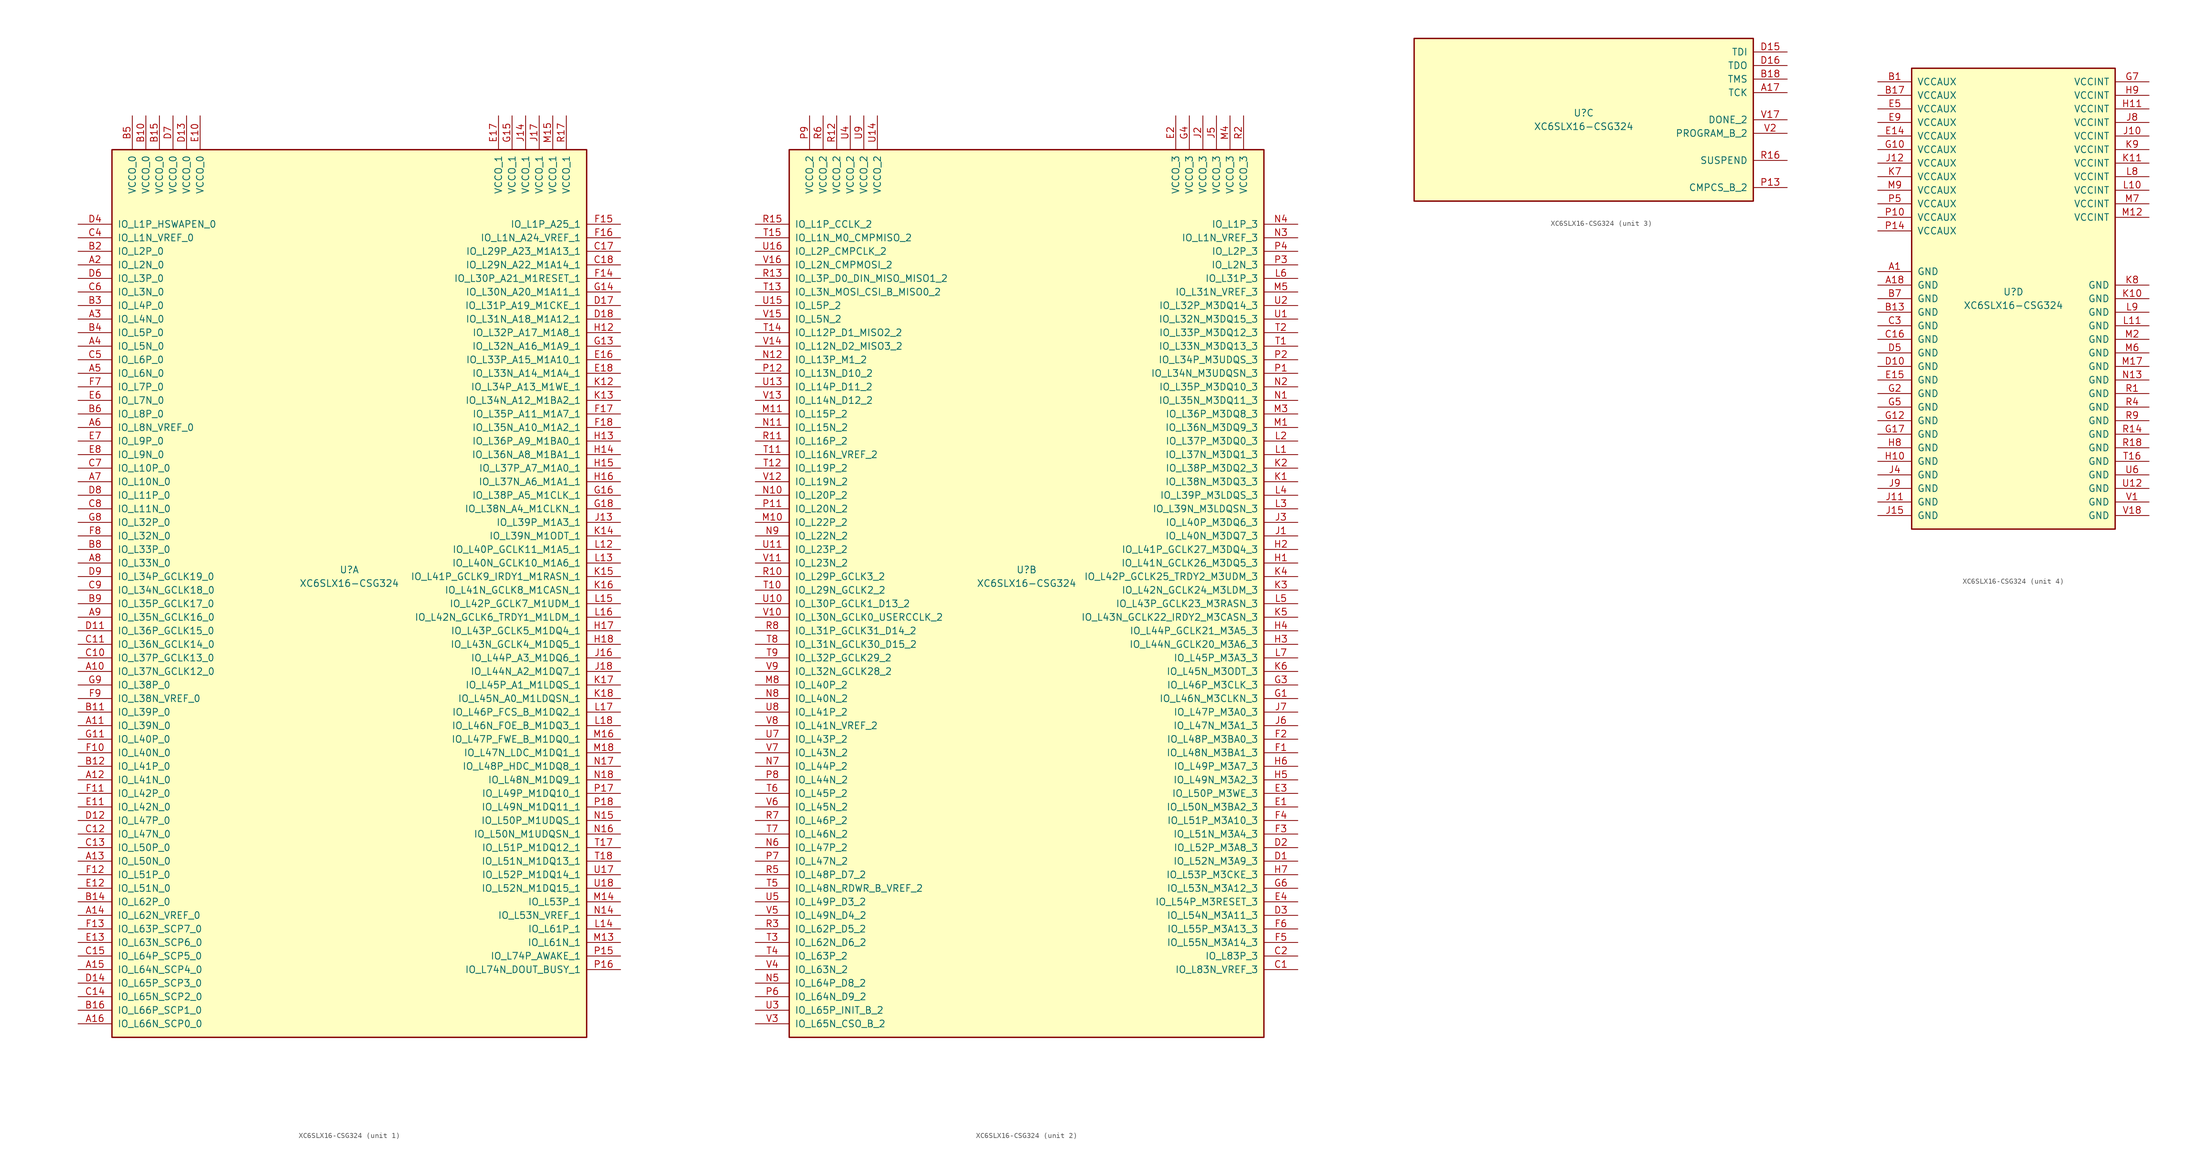
<source format=kicad_sym>
(kicad_symbol_lib
  (version 20201005)
  (generator kicad_symbol_editor)
  (symbol "XC6SLX16-CSG324"
    (pin_names
      (offset 1.016))
    (property "Reference" "U"
      (at 0 1.27 0)
      (effects (font (size 1.27 1.27))))
    (property "Value" "XC6SLX16-CSG324"
      (at 0 -1.27 0)
      (effects (font (size 1.27 1.27))))
    (property "Datasheet" ""
      (at 0 0 0)
      (effects (font (size 1.27 1.27))))
    (property "ki_locked" ""
      (at 0 0 0)
      (effects (font (size 1.27 1.27))))
    (symbol "XC6SLX16-CSG324_1_1"
      (rectangle (start -44.45 80.01) (end 44.45 -86.36) (stroke (width 0.254)) (fill (type background)))
      (pin power_in line (at -40.64 86.36 270) (length 6.35) (name "VCCO_0" (effects (font (size 1.27 1.27)))) (number "B5" (effects (font (size 1.27 1.27)))))
      (pin power_in line (at -38.1 86.36 270) (length 6.35) (name "VCCO_0" (effects (font (size 1.27 1.27)))) (number "B10" (effects (font (size 1.27 1.27)))))
      (pin power_in line (at -35.56 86.36 270) (length 6.35) (name "VCCO_0" (effects (font (size 1.27 1.27)))) (number "B15" (effects (font (size 1.27 1.27)))))
      (pin power_in line (at -33.02 86.36 270) (length 6.35) (name "VCCO_0" (effects (font (size 1.27 1.27)))) (number "D7" (effects (font (size 1.27 1.27)))))
      (pin power_in line (at -30.48 86.36 270) (length 6.35) (name "VCCO_0" (effects (font (size 1.27 1.27)))) (number "D13" (effects (font (size 1.27 1.27)))))
      (pin power_in line (at -27.94 86.36 270) (length 6.35) (name "VCCO_0" (effects (font (size 1.27 1.27)))) (number "E10" (effects (font (size 1.27 1.27)))))
      (pin bidirectional line (at -50.8 66.04 0) (length 6.35) (name "IO_L1P_HSWAPEN_0" (effects (font (size 1.27 1.27)))) (number "D4" (effects (font (size 1.27 1.27)))))
      (pin bidirectional line (at -50.8 63.5 0) (length 6.35) (name "IO_L1N_VREF_0" (effects (font (size 1.27 1.27)))) (number "C4" (effects (font (size 1.27 1.27)))))
      (pin bidirectional line (at -50.8 60.96 0) (length 6.35) (name "IO_L2P_0" (effects (font (size 1.27 1.27)))) (number "B2" (effects (font (size 1.27 1.27)))))
      (pin bidirectional line (at -50.8 58.42 0) (length 6.35) (name "IO_L2N_0" (effects (font (size 1.27 1.27)))) (number "A2" (effects (font (size 1.27 1.27)))))
      (pin bidirectional line (at -50.8 55.88 0) (length 6.35) (name "IO_L3P_0" (effects (font (size 1.27 1.27)))) (number "D6" (effects (font (size 1.27 1.27)))))
      (pin bidirectional line (at -50.8 53.34 0) (length 6.35) (name "IO_L3N_0" (effects (font (size 1.27 1.27)))) (number "C6" (effects (font (size 1.27 1.27)))))
      (pin bidirectional line (at -50.8 50.8 0) (length 6.35) (name "IO_L4P_0" (effects (font (size 1.27 1.27)))) (number "B3" (effects (font (size 1.27 1.27)))))
      (pin bidirectional line (at -50.8 48.26 0) (length 6.35) (name "IO_L4N_0" (effects (font (size 1.27 1.27)))) (number "A3" (effects (font (size 1.27 1.27)))))
      (pin bidirectional line (at -50.8 45.72 0) (length 6.35) (name "IO_L5P_0" (effects (font (size 1.27 1.27)))) (number "B4" (effects (font (size 1.27 1.27)))))
      (pin bidirectional line (at -50.8 43.18 0) (length 6.35) (name "IO_L5N_0" (effects (font (size 1.27 1.27)))) (number "A4" (effects (font (size 1.27 1.27)))))
      (pin bidirectional line (at -50.8 40.64 0) (length 6.35) (name "IO_L6P_0" (effects (font (size 1.27 1.27)))) (number "C5" (effects (font (size 1.27 1.27)))))
      (pin bidirectional line (at -50.8 38.1 0) (length 6.35) (name "IO_L6N_0" (effects (font (size 1.27 1.27)))) (number "A5" (effects (font (size 1.27 1.27)))))
      (pin bidirectional line (at -50.8 35.56 0) (length 6.35) (name "IO_L7P_0" (effects (font (size 1.27 1.27)))) (number "F7" (effects (font (size 1.27 1.27)))))
      (pin bidirectional line (at -50.8 33.02 0) (length 6.35) (name "IO_L7N_0" (effects (font (size 1.27 1.27)))) (number "E6" (effects (font (size 1.27 1.27)))))
      (pin bidirectional line (at -50.8 30.48 0) (length 6.35) (name "IO_L8P_0" (effects (font (size 1.27 1.27)))) (number "B6" (effects (font (size 1.27 1.27)))))
      (pin bidirectional line (at -50.8 27.94 0) (length 6.35) (name "IO_L8N_VREF_0" (effects (font (size 1.27 1.27)))) (number "A6" (effects (font (size 1.27 1.27)))))
      (pin bidirectional line (at -50.8 25.4 0) (length 6.35) (name "IO_L9P_0" (effects (font (size 1.27 1.27)))) (number "E7" (effects (font (size 1.27 1.27)))))
      (pin bidirectional line (at -50.8 22.86 0) (length 6.35) (name "IO_L9N_0" (effects (font (size 1.27 1.27)))) (number "E8" (effects (font (size 1.27 1.27)))))
      (pin bidirectional line (at -50.8 20.32 0) (length 6.35) (name "IO_L10P_0" (effects (font (size 1.27 1.27)))) (number "C7" (effects (font (size 1.27 1.27)))))
      (pin bidirectional line (at -50.8 17.78 0) (length 6.35) (name "IO_L10N_0" (effects (font (size 1.27 1.27)))) (number "A7" (effects (font (size 1.27 1.27)))))
      (pin bidirectional line (at -50.8 15.24 0) (length 6.35) (name "IO_L11P_0" (effects (font (size 1.27 1.27)))) (number "D8" (effects (font (size 1.27 1.27)))))
      (pin bidirectional line (at -50.8 12.7 0) (length 6.35) (name "IO_L11N_0" (effects (font (size 1.27 1.27)))) (number "C8" (effects (font (size 1.27 1.27)))))
      (pin bidirectional line (at -50.8 10.16 0) (length 6.35) (name "IO_L32P_0" (effects (font (size 1.27 1.27)))) (number "G8" (effects (font (size 1.27 1.27)))))
      (pin bidirectional line (at -50.8 7.62 0) (length 6.35) (name "IO_L32N_0" (effects (font (size 1.27 1.27)))) (number "F8" (effects (font (size 1.27 1.27)))))
      (pin bidirectional line (at -50.8 5.08 0) (length 6.35) (name "IO_L33P_0" (effects (font (size 1.27 1.27)))) (number "B8" (effects (font (size 1.27 1.27)))))
      (pin bidirectional line (at -50.8 2.54 0) (length 6.35) (name "IO_L33N_0" (effects (font (size 1.27 1.27)))) (number "A8" (effects (font (size 1.27 1.27)))))
      (pin bidirectional line (at -50.8 0 0) (length 6.35) (name "IO_L34P_GCLK19_0" (effects (font (size 1.27 1.27)))) (number "D9" (effects (font (size 1.27 1.27)))))
      (pin bidirectional line (at -50.8 -2.54 0) (length 6.35) (name "IO_L34N_GCLK18_0" (effects (font (size 1.27 1.27)))) (number "C9" (effects (font (size 1.27 1.27)))))
      (pin bidirectional line (at -50.8 -5.08 0) (length 6.35) (name "IO_L35P_GCLK17_0" (effects (font (size 1.27 1.27)))) (number "B9" (effects (font (size 1.27 1.27)))))
      (pin bidirectional line (at -50.8 -7.62 0) (length 6.35) (name "IO_L35N_GCLK16_0" (effects (font (size 1.27 1.27)))) (number "A9" (effects (font (size 1.27 1.27)))))
      (pin bidirectional line (at -50.8 -10.16 0) (length 6.35) (name "IO_L36P_GCLK15_0" (effects (font (size 1.27 1.27)))) (number "D11" (effects (font (size 1.27 1.27)))))
      (pin bidirectional line (at -50.8 -12.7 0) (length 6.35) (name "IO_L36N_GCLK14_0" (effects (font (size 1.27 1.27)))) (number "C11" (effects (font (size 1.27 1.27)))))
      (pin bidirectional line (at -50.8 -15.24 0) (length 6.35) (name "IO_L37P_GCLK13_0" (effects (font (size 1.27 1.27)))) (number "C10" (effects (font (size 1.27 1.27)))))
      (pin bidirectional line (at -50.8 -17.78 0) (length 6.35) (name "IO_L37N_GCLK12_0" (effects (font (size 1.27 1.27)))) (number "A10" (effects (font (size 1.27 1.27)))))
      (pin bidirectional line (at -50.8 -20.32 0) (length 6.35) (name "IO_L38P_0" (effects (font (size 1.27 1.27)))) (number "G9" (effects (font (size 1.27 1.27)))))
      (pin bidirectional line (at -50.8 -22.86 0) (length 6.35) (name "IO_L38N_VREF_0" (effects (font (size 1.27 1.27)))) (number "F9" (effects (font (size 1.27 1.27)))))
      (pin bidirectional line (at -50.8 -25.4 0) (length 6.35) (name "IO_L39P_0" (effects (font (size 1.27 1.27)))) (number "B11" (effects (font (size 1.27 1.27)))))
      (pin bidirectional line (at -50.8 -27.94 0) (length 6.35) (name "IO_L39N_0" (effects (font (size 1.27 1.27)))) (number "A11" (effects (font (size 1.27 1.27)))))
      (pin bidirectional line (at -50.8 -30.48 0) (length 6.35) (name "IO_L40P_0" (effects (font (size 1.27 1.27)))) (number "G11" (effects (font (size 1.27 1.27)))))
      (pin bidirectional line (at -50.8 -33.02 0) (length 6.35) (name "IO_L40N_0" (effects (font (size 1.27 1.27)))) (number "F10" (effects (font (size 1.27 1.27)))))
      (pin bidirectional line (at -50.8 -35.56 0) (length 6.35) (name "IO_L41P_0" (effects (font (size 1.27 1.27)))) (number "B12" (effects (font (size 1.27 1.27)))))
      (pin bidirectional line (at -50.8 -38.1 0) (length 6.35) (name "IO_L41N_0" (effects (font (size 1.27 1.27)))) (number "A12" (effects (font (size 1.27 1.27)))))
      (pin bidirectional line (at -50.8 -40.64 0) (length 6.35) (name "IO_L42P_0" (effects (font (size 1.27 1.27)))) (number "F11" (effects (font (size 1.27 1.27)))))
      (pin bidirectional line (at -50.8 -43.18 0) (length 6.35) (name "IO_L42N_0" (effects (font (size 1.27 1.27)))) (number "E11" (effects (font (size 1.27 1.27)))))
      (pin bidirectional line (at -50.8 -45.72 0) (length 6.35) (name "IO_L47P_0" (effects (font (size 1.27 1.27)))) (number "D12" (effects (font (size 1.27 1.27)))))
      (pin bidirectional line (at -50.8 -48.26 0) (length 6.35) (name "IO_L47N_0" (effects (font (size 1.27 1.27)))) (number "C12" (effects (font (size 1.27 1.27)))))
      (pin bidirectional line (at -50.8 -50.8 0) (length 6.35) (name "IO_L50P_0" (effects (font (size 1.27 1.27)))) (number "C13" (effects (font (size 1.27 1.27)))))
      (pin bidirectional line (at -50.8 -53.34 0) (length 6.35) (name "IO_L50N_0" (effects (font (size 1.27 1.27)))) (number "A13" (effects (font (size 1.27 1.27)))))
      (pin bidirectional line (at -50.8 -55.88 0) (length 6.35) (name "IO_L51P_0" (effects (font (size 1.27 1.27)))) (number "F12" (effects (font (size 1.27 1.27)))))
      (pin bidirectional line (at -50.8 -58.42 0) (length 6.35) (name "IO_L51N_0" (effects (font (size 1.27 1.27)))) (number "E12" (effects (font (size 1.27 1.27)))))
      (pin bidirectional line (at -50.8 -60.96 0) (length 6.35) (name "IO_L62P_0" (effects (font (size 1.27 1.27)))) (number "B14" (effects (font (size 1.27 1.27)))))
      (pin bidirectional line (at -50.8 -63.5 0) (length 6.35) (name "IO_L62N_VREF_0" (effects (font (size 1.27 1.27)))) (number "A14" (effects (font (size 1.27 1.27)))))
      (pin bidirectional line (at -50.8 -66.04 0) (length 6.35) (name "IO_L63P_SCP7_0" (effects (font (size 1.27 1.27)))) (number "F13" (effects (font (size 1.27 1.27)))))
      (pin bidirectional line (at -50.8 -68.58 0) (length 6.35) (name "IO_L63N_SCP6_0" (effects (font (size 1.27 1.27)))) (number "E13" (effects (font (size 1.27 1.27)))))
      (pin bidirectional line (at -50.8 -71.12 0) (length 6.35) (name "IO_L64P_SCP5_0" (effects (font (size 1.27 1.27)))) (number "C15" (effects (font (size 1.27 1.27)))))
      (pin bidirectional line (at -50.8 -73.66 0) (length 6.35) (name "IO_L64N_SCP4_0" (effects (font (size 1.27 1.27)))) (number "A15" (effects (font (size 1.27 1.27)))))
      (pin bidirectional line (at -50.8 -76.2 0) (length 6.35) (name "IO_L65P_SCP3_0" (effects (font (size 1.27 1.27)))) (number "D14" (effects (font (size 1.27 1.27)))))
      (pin bidirectional line (at -50.8 -78.74 0) (length 6.35) (name "IO_L65N_SCP2_0" (effects (font (size 1.27 1.27)))) (number "C14" (effects (font (size 1.27 1.27)))))
      (pin bidirectional line (at -50.8 -81.28 0) (length 6.35) (name "IO_L66P_SCP1_0" (effects (font (size 1.27 1.27)))) (number "B16" (effects (font (size 1.27 1.27)))))
      (pin bidirectional line (at -50.8 -83.82 0) (length 6.35) (name "IO_L66N_SCP0_0" (effects (font (size 1.27 1.27)))) (number "A16" (effects (font (size 1.27 1.27)))))
      (pin power_in line (at 27.94 86.36 270) (length 6.35) (name "VCCO_1" (effects (font (size 1.27 1.27)))) (number "E17" (effects (font (size 1.27 1.27)))))
      (pin power_in line (at 30.48 86.36 270) (length 6.35) (name "VCCO_1" (effects (font (size 1.27 1.27)))) (number "G15" (effects (font (size 1.27 1.27)))))
      (pin power_in line (at 33.02 86.36 270) (length 6.35) (name "VCCO_1" (effects (font (size 1.27 1.27)))) (number "J14" (effects (font (size 1.27 1.27)))))
      (pin power_in line (at 35.56 86.36 270) (length 6.35) (name "VCCO_1" (effects (font (size 1.27 1.27)))) (number "J17" (effects (font (size 1.27 1.27)))))
      (pin power_in line (at 38.1 86.36 270) (length 6.35) (name "VCCO_1" (effects (font (size 1.27 1.27)))) (number "M15" (effects (font (size 1.27 1.27)))))
      (pin power_in line (at 40.64 86.36 270) (length 6.35) (name "VCCO_1" (effects (font (size 1.27 1.27)))) (number "R17" (effects (font (size 1.27 1.27)))))
      (pin bidirectional line (at 50.8 66.04 180) (length 6.35) (name "IO_L1P_A25_1" (effects (font (size 1.27 1.27)))) (number "F15" (effects (font (size 1.27 1.27)))))
      (pin bidirectional line (at 50.8 63.5 180) (length 6.35) (name "IO_L1N_A24_VREF_1" (effects (font (size 1.27 1.27)))) (number "F16" (effects (font (size 1.27 1.27)))))
      (pin bidirectional line (at 50.8 60.96 180) (length 6.35) (name "IO_L29P_A23_M1A13_1" (effects (font (size 1.27 1.27)))) (number "C17" (effects (font (size 1.27 1.27)))))
      (pin bidirectional line (at 50.8 58.42 180) (length 6.35) (name "IO_L29N_A22_M1A14_1" (effects (font (size 1.27 1.27)))) (number "C18" (effects (font (size 1.27 1.27)))))
      (pin bidirectional line (at 50.8 55.88 180) (length 6.35) (name "IO_L30P_A21_M1RESET_1" (effects (font (size 1.27 1.27)))) (number "F14" (effects (font (size 1.27 1.27)))))
      (pin bidirectional line (at 50.8 53.34 180) (length 6.35) (name "IO_L30N_A20_M1A11_1" (effects (font (size 1.27 1.27)))) (number "G14" (effects (font (size 1.27 1.27)))))
      (pin bidirectional line (at 50.8 50.8 180) (length 6.35) (name "IO_L31P_A19_M1CKE_1" (effects (font (size 1.27 1.27)))) (number "D17" (effects (font (size 1.27 1.27)))))
      (pin bidirectional line (at 50.8 48.26 180) (length 6.35) (name "IO_L31N_A18_M1A12_1" (effects (font (size 1.27 1.27)))) (number "D18" (effects (font (size 1.27 1.27)))))
      (pin bidirectional line (at 50.8 45.72 180) (length 6.35) (name "IO_L32P_A17_M1A8_1" (effects (font (size 1.27 1.27)))) (number "H12" (effects (font (size 1.27 1.27)))))
      (pin bidirectional line (at 50.8 43.18 180) (length 6.35) (name "IO_L32N_A16_M1A9_1" (effects (font (size 1.27 1.27)))) (number "G13" (effects (font (size 1.27 1.27)))))
      (pin bidirectional line (at 50.8 40.64 180) (length 6.35) (name "IO_L33P_A15_M1A10_1" (effects (font (size 1.27 1.27)))) (number "E16" (effects (font (size 1.27 1.27)))))
      (pin bidirectional line (at 50.8 38.1 180) (length 6.35) (name "IO_L33N_A14_M1A4_1" (effects (font (size 1.27 1.27)))) (number "E18" (effects (font (size 1.27 1.27)))))
      (pin bidirectional line (at 50.8 35.56 180) (length 6.35) (name "IO_L34P_A13_M1WE_1" (effects (font (size 1.27 1.27)))) (number "K12" (effects (font (size 1.27 1.27)))))
      (pin bidirectional line (at 50.8 33.02 180) (length 6.35) (name "IO_L34N_A12_M1BA2_1" (effects (font (size 1.27 1.27)))) (number "K13" (effects (font (size 1.27 1.27)))))
      (pin bidirectional line (at 50.8 30.48 180) (length 6.35) (name "IO_L35P_A11_M1A7_1" (effects (font (size 1.27 1.27)))) (number "F17" (effects (font (size 1.27 1.27)))))
      (pin bidirectional line (at 50.8 27.94 180) (length 6.35) (name "IO_L35N_A10_M1A2_1" (effects (font (size 1.27 1.27)))) (number "F18" (effects (font (size 1.27 1.27)))))
      (pin bidirectional line (at 50.8 25.4 180) (length 6.35) (name "IO_L36P_A9_M1BA0_1" (effects (font (size 1.27 1.27)))) (number "H13" (effects (font (size 1.27 1.27)))))
      (pin bidirectional line (at 50.8 22.86 180) (length 6.35) (name "IO_L36N_A8_M1BA1_1" (effects (font (size 1.27 1.27)))) (number "H14" (effects (font (size 1.27 1.27)))))
      (pin bidirectional line (at 50.8 20.32 180) (length 6.35) (name "IO_L37P_A7_M1A0_1" (effects (font (size 1.27 1.27)))) (number "H15" (effects (font (size 1.27 1.27)))))
      (pin bidirectional line (at 50.8 17.78 180) (length 6.35) (name "IO_L37N_A6_M1A1_1" (effects (font (size 1.27 1.27)))) (number "H16" (effects (font (size 1.27 1.27)))))
      (pin bidirectional line (at 50.8 15.24 180) (length 6.35) (name "IO_L38P_A5_M1CLK_1" (effects (font (size 1.27 1.27)))) (number "G16" (effects (font (size 1.27 1.27)))))
      (pin bidirectional line (at 50.8 12.7 180) (length 6.35) (name "IO_L38N_A4_M1CLKN_1" (effects (font (size 1.27 1.27)))) (number "G18" (effects (font (size 1.27 1.27)))))
      (pin bidirectional line (at 50.8 10.16 180) (length 6.35) (name "IO_L39P_M1A3_1" (effects (font (size 1.27 1.27)))) (number "J13" (effects (font (size 1.27 1.27)))))
      (pin bidirectional line (at 50.8 7.62 180) (length 6.35) (name "IO_L39N_M1ODT_1" (effects (font (size 1.27 1.27)))) (number "K14" (effects (font (size 1.27 1.27)))))
      (pin bidirectional line (at 50.8 5.08 180) (length 6.35) (name "IO_L40P_GCLK11_M1A5_1" (effects (font (size 1.27 1.27)))) (number "L12" (effects (font (size 1.27 1.27)))))
      (pin bidirectional line (at 50.8 2.54 180) (length 6.35) (name "IO_L40N_GCLK10_M1A6_1" (effects (font (size 1.27 1.27)))) (number "L13" (effects (font (size 1.27 1.27)))))
      (pin bidirectional line (at 50.8 0 180) (length 6.35) (name "IO_L41P_GCLK9_IRDY1_M1RASN_1" (effects (font (size 1.27 1.27)))) (number "K15" (effects (font (size 1.27 1.27)))))
      (pin bidirectional line (at 50.8 -2.54 180) (length 6.35) (name "IO_L41N_GCLK8_M1CASN_1" (effects (font (size 1.27 1.27)))) (number "K16" (effects (font (size 1.27 1.27)))))
      (pin bidirectional line (at 50.8 -5.08 180) (length 6.35) (name "IO_L42P_GCLK7_M1UDM_1" (effects (font (size 1.27 1.27)))) (number "L15" (effects (font (size 1.27 1.27)))))
      (pin bidirectional line (at 50.8 -7.62 180) (length 6.35) (name "IO_L42N_GCLK6_TRDY1_M1LDM_1" (effects (font (size 1.27 1.27)))) (number "L16" (effects (font (size 1.27 1.27)))))
      (pin bidirectional line (at 50.8 -10.16 180) (length 6.35) (name "IO_L43P_GCLK5_M1DQ4_1" (effects (font (size 1.27 1.27)))) (number "H17" (effects (font (size 1.27 1.27)))))
      (pin bidirectional line (at 50.8 -12.7 180) (length 6.35) (name "IO_L43N_GCLK4_M1DQ5_1" (effects (font (size 1.27 1.27)))) (number "H18" (effects (font (size 1.27 1.27)))))
      (pin bidirectional line (at 50.8 -15.24 180) (length 6.35) (name "IO_L44P_A3_M1DQ6_1" (effects (font (size 1.27 1.27)))) (number "J16" (effects (font (size 1.27 1.27)))))
      (pin bidirectional line (at 50.8 -17.78 180) (length 6.35) (name "IO_L44N_A2_M1DQ7_1" (effects (font (size 1.27 1.27)))) (number "J18" (effects (font (size 1.27 1.27)))))
      (pin bidirectional line (at 50.8 -20.32 180) (length 6.35) (name "IO_L45P_A1_M1LDQS_1" (effects (font (size 1.27 1.27)))) (number "K17" (effects (font (size 1.27 1.27)))))
      (pin bidirectional line (at 50.8 -22.86 180) (length 6.35) (name "IO_L45N_A0_M1LDQSN_1" (effects (font (size 1.27 1.27)))) (number "K18" (effects (font (size 1.27 1.27)))))
      (pin bidirectional line (at 50.8 -25.4 180) (length 6.35) (name "IO_L46P_FCS_B_M1DQ2_1" (effects (font (size 1.27 1.27)))) (number "L17" (effects (font (size 1.27 1.27)))))
      (pin bidirectional line (at 50.8 -27.94 180) (length 6.35) (name "IO_L46N_FOE_B_M1DQ3_1" (effects (font (size 1.27 1.27)))) (number "L18" (effects (font (size 1.27 1.27)))))
      (pin bidirectional line (at 50.8 -30.48 180) (length 6.35) (name "IO_L47P_FWE_B_M1DQ0_1" (effects (font (size 1.27 1.27)))) (number "M16" (effects (font (size 1.27 1.27)))))
      (pin bidirectional line (at 50.8 -33.02 180) (length 6.35) (name "IO_L47N_LDC_M1DQ1_1" (effects (font (size 1.27 1.27)))) (number "M18" (effects (font (size 1.27 1.27)))))
      (pin bidirectional line (at 50.8 -35.56 180) (length 6.35) (name "IO_L48P_HDC_M1DQ8_1" (effects (font (size 1.27 1.27)))) (number "N17" (effects (font (size 1.27 1.27)))))
      (pin bidirectional line (at 50.8 -38.1 180) (length 6.35) (name "IO_L48N_M1DQ9_1" (effects (font (size 1.27 1.27)))) (number "N18" (effects (font (size 1.27 1.27)))))
      (pin bidirectional line (at 50.8 -40.64 180) (length 6.35) (name "IO_L49P_M1DQ10_1" (effects (font (size 1.27 1.27)))) (number "P17" (effects (font (size 1.27 1.27)))))
      (pin bidirectional line (at 50.8 -43.18 180) (length 6.35) (name "IO_L49N_M1DQ11_1" (effects (font (size 1.27 1.27)))) (number "P18" (effects (font (size 1.27 1.27)))))
      (pin bidirectional line (at 50.8 -45.72 180) (length 6.35) (name "IO_L50P_M1UDQS_1" (effects (font (size 1.27 1.27)))) (number "N15" (effects (font (size 1.27 1.27)))))
      (pin bidirectional line (at 50.8 -48.26 180) (length 6.35) (name "IO_L50N_M1UDQSN_1" (effects (font (size 1.27 1.27)))) (number "N16" (effects (font (size 1.27 1.27)))))
      (pin bidirectional line (at 50.8 -50.8 180) (length 6.35) (name "IO_L51P_M1DQ12_1" (effects (font (size 1.27 1.27)))) (number "T17" (effects (font (size 1.27 1.27)))))
      (pin bidirectional line (at 50.8 -53.34 180) (length 6.35) (name "IO_L51N_M1DQ13_1" (effects (font (size 1.27 1.27)))) (number "T18" (effects (font (size 1.27 1.27)))))
      (pin bidirectional line (at 50.8 -55.88 180) (length 6.35) (name "IO_L52P_M1DQ14_1" (effects (font (size 1.27 1.27)))) (number "U17" (effects (font (size 1.27 1.27)))))
      (pin bidirectional line (at 50.8 -58.42 180) (length 6.35) (name "IO_L52N_M1DQ15_1" (effects (font (size 1.27 1.27)))) (number "U18" (effects (font (size 1.27 1.27)))))
      (pin bidirectional line (at 50.8 -60.96 180) (length 6.35) (name "IO_L53P_1" (effects (font (size 1.27 1.27)))) (number "M14" (effects (font (size 1.27 1.27)))))
      (pin bidirectional line (at 50.8 -63.5 180) (length 6.35) (name "IO_L53N_VREF_1" (effects (font (size 1.27 1.27)))) (number "N14" (effects (font (size 1.27 1.27)))))
      (pin bidirectional line (at 50.8 -66.04 180) (length 6.35) (name "IO_L61P_1" (effects (font (size 1.27 1.27)))) (number "L14" (effects (font (size 1.27 1.27)))))
      (pin bidirectional line (at 50.8 -68.58 180) (length 6.35) (name "IO_L61N_1" (effects (font (size 1.27 1.27)))) (number "M13" (effects (font (size 1.27 1.27)))))
      (pin bidirectional line (at 50.8 -71.12 180) (length 6.35) (name "IO_L74P_AWAKE_1" (effects (font (size 1.27 1.27)))) (number "P15" (effects (font (size 1.27 1.27)))))
      (pin bidirectional line (at 50.8 -73.66 180) (length 6.35) (name "IO_L74N_DOUT_BUSY_1" (effects (font (size 1.27 1.27)))) (number "P16" (effects (font (size 1.27 1.27))))))
    (symbol "XC6SLX16-CSG324_2_1"
      (rectangle (start -44.45 80.01) (end 44.45 -86.36) (stroke (width 0.254)) (fill (type background)))
      (pin power_in line (at -40.64 86.36 270) (length 6.35) (name "VCCO_2" (effects (font (size 1.27 1.27)))) (number "P9" (effects (font (size 1.27 1.27)))))
      (pin power_in line (at -38.1 86.36 270) (length 6.35) (name "VCCO_2" (effects (font (size 1.27 1.27)))) (number "R6" (effects (font (size 1.27 1.27)))))
      (pin power_in line (at -35.56 86.36 270) (length 6.35) (name "VCCO_2" (effects (font (size 1.27 1.27)))) (number "R12" (effects (font (size 1.27 1.27)))))
      (pin power_in line (at -33.02 86.36 270) (length 6.35) (name "VCCO_2" (effects (font (size 1.27 1.27)))) (number "U4" (effects (font (size 1.27 1.27)))))
      (pin power_in line (at -30.48 86.36 270) (length 6.35) (name "VCCO_2" (effects (font (size 1.27 1.27)))) (number "U9" (effects (font (size 1.27 1.27)))))
      (pin power_in line (at -27.94 86.36 270) (length 6.35) (name "VCCO_2" (effects (font (size 1.27 1.27)))) (number "U14" (effects (font (size 1.27 1.27)))))
      (pin bidirectional line (at -50.8 66.04 0) (length 6.35) (name "IO_L1P_CCLK_2" (effects (font (size 1.27 1.27)))) (number "R15" (effects (font (size 1.27 1.27)))))
      (pin bidirectional line (at -50.8 63.5 0) (length 6.35) (name "IO_L1N_M0_CMPMISO_2" (effects (font (size 1.27 1.27)))) (number "T15" (effects (font (size 1.27 1.27)))))
      (pin bidirectional line (at -50.8 60.96 0) (length 6.35) (name "IO_L2P_CMPCLK_2" (effects (font (size 1.27 1.27)))) (number "U16" (effects (font (size 1.27 1.27)))))
      (pin bidirectional line (at -50.8 58.42 0) (length 6.35) (name "IO_L2N_CMPMOSI_2" (effects (font (size 1.27 1.27)))) (number "V16" (effects (font (size 1.27 1.27)))))
      (pin bidirectional line (at -50.8 55.88 0) (length 6.35) (name "IO_L3P_D0_DIN_MISO_MISO1_2" (effects (font (size 1.27 1.27)))) (number "R13" (effects (font (size 1.27 1.27)))))
      (pin bidirectional line (at -50.8 53.34 0) (length 6.35) (name "IO_L3N_MOSI_CSI_B_MISO0_2" (effects (font (size 1.27 1.27)))) (number "T13" (effects (font (size 1.27 1.27)))))
      (pin bidirectional line (at -50.8 50.8 0) (length 6.35) (name "IO_L5P_2" (effects (font (size 1.27 1.27)))) (number "U15" (effects (font (size 1.27 1.27)))))
      (pin bidirectional line (at -50.8 48.26 0) (length 6.35) (name "IO_L5N_2" (effects (font (size 1.27 1.27)))) (number "V15" (effects (font (size 1.27 1.27)))))
      (pin bidirectional line (at -50.8 45.72 0) (length 6.35) (name "IO_L12P_D1_MISO2_2" (effects (font (size 1.27 1.27)))) (number "T14" (effects (font (size 1.27 1.27)))))
      (pin bidirectional line (at -50.8 43.18 0) (length 6.35) (name "IO_L12N_D2_MISO3_2" (effects (font (size 1.27 1.27)))) (number "V14" (effects (font (size 1.27 1.27)))))
      (pin bidirectional line (at -50.8 40.64 0) (length 6.35) (name "IO_L13P_M1_2" (effects (font (size 1.27 1.27)))) (number "N12" (effects (font (size 1.27 1.27)))))
      (pin bidirectional line (at -50.8 38.1 0) (length 6.35) (name "IO_L13N_D10_2" (effects (font (size 1.27 1.27)))) (number "P12" (effects (font (size 1.27 1.27)))))
      (pin bidirectional line (at -50.8 35.56 0) (length 6.35) (name "IO_L14P_D11_2" (effects (font (size 1.27 1.27)))) (number "U13" (effects (font (size 1.27 1.27)))))
      (pin bidirectional line (at -50.8 33.02 0) (length 6.35) (name "IO_L14N_D12_2" (effects (font (size 1.27 1.27)))) (number "V13" (effects (font (size 1.27 1.27)))))
      (pin bidirectional line (at -50.8 30.48 0) (length 6.35) (name "IO_L15P_2" (effects (font (size 1.27 1.27)))) (number "M11" (effects (font (size 1.27 1.27)))))
      (pin bidirectional line (at -50.8 27.94 0) (length 6.35) (name "IO_L15N_2" (effects (font (size 1.27 1.27)))) (number "N11" (effects (font (size 1.27 1.27)))))
      (pin bidirectional line (at -50.8 25.4 0) (length 6.35) (name "IO_L16P_2" (effects (font (size 1.27 1.27)))) (number "R11" (effects (font (size 1.27 1.27)))))
      (pin bidirectional line (at -50.8 22.86 0) (length 6.35) (name "IO_L16N_VREF_2" (effects (font (size 1.27 1.27)))) (number "T11" (effects (font (size 1.27 1.27)))))
      (pin bidirectional line (at -50.8 20.32 0) (length 6.35) (name "IO_L19P_2" (effects (font (size 1.27 1.27)))) (number "T12" (effects (font (size 1.27 1.27)))))
      (pin bidirectional line (at -50.8 17.78 0) (length 6.35) (name "IO_L19N_2" (effects (font (size 1.27 1.27)))) (number "V12" (effects (font (size 1.27 1.27)))))
      (pin bidirectional line (at -50.8 15.24 0) (length 6.35) (name "IO_L20P_2" (effects (font (size 1.27 1.27)))) (number "N10" (effects (font (size 1.27 1.27)))))
      (pin bidirectional line (at -50.8 12.7 0) (length 6.35) (name "IO_L20N_2" (effects (font (size 1.27 1.27)))) (number "P11" (effects (font (size 1.27 1.27)))))
      (pin bidirectional line (at -50.8 10.16 0) (length 6.35) (name "IO_L22P_2" (effects (font (size 1.27 1.27)))) (number "M10" (effects (font (size 1.27 1.27)))))
      (pin bidirectional line (at -50.8 7.62 0) (length 6.35) (name "IO_L22N_2" (effects (font (size 1.27 1.27)))) (number "N9" (effects (font (size 1.27 1.27)))))
      (pin bidirectional line (at -50.8 5.08 0) (length 6.35) (name "IO_L23P_2" (effects (font (size 1.27 1.27)))) (number "U11" (effects (font (size 1.27 1.27)))))
      (pin bidirectional line (at -50.8 2.54 0) (length 6.35) (name "IO_L23N_2" (effects (font (size 1.27 1.27)))) (number "V11" (effects (font (size 1.27 1.27)))))
      (pin bidirectional line (at -50.8 0 0) (length 6.35) (name "IO_L29P_GCLK3_2" (effects (font (size 1.27 1.27)))) (number "R10" (effects (font (size 1.27 1.27)))))
      (pin bidirectional line (at -50.8 -2.54 0) (length 6.35) (name "IO_L29N_GCLK2_2" (effects (font (size 1.27 1.27)))) (number "T10" (effects (font (size 1.27 1.27)))))
      (pin bidirectional line (at -50.8 -5.08 0) (length 6.35) (name "IO_L30P_GCLK1_D13_2" (effects (font (size 1.27 1.27)))) (number "U10" (effects (font (size 1.27 1.27)))))
      (pin bidirectional line (at -50.8 -7.62 0) (length 6.35) (name "IO_L30N_GCLK0_USERCCLK_2" (effects (font (size 1.27 1.27)))) (number "V10" (effects (font (size 1.27 1.27)))))
      (pin bidirectional line (at -50.8 -10.16 0) (length 6.35) (name "IO_L31P_GCLK31_D14_2" (effects (font (size 1.27 1.27)))) (number "R8" (effects (font (size 1.27 1.27)))))
      (pin bidirectional line (at -50.8 -12.7 0) (length 6.35) (name "IO_L31N_GCLK30_D15_2" (effects (font (size 1.27 1.27)))) (number "T8" (effects (font (size 1.27 1.27)))))
      (pin bidirectional line (at -50.8 -15.24 0) (length 6.35) (name "IO_L32P_GCLK29_2" (effects (font (size 1.27 1.27)))) (number "T9" (effects (font (size 1.27 1.27)))))
      (pin bidirectional line (at -50.8 -17.78 0) (length 6.35) (name "IO_L32N_GCLK28_2" (effects (font (size 1.27 1.27)))) (number "V9" (effects (font (size 1.27 1.27)))))
      (pin bidirectional line (at -50.8 -20.32 0) (length 6.35) (name "IO_L40P_2" (effects (font (size 1.27 1.27)))) (number "M8" (effects (font (size 1.27 1.27)))))
      (pin bidirectional line (at -50.8 -22.86 0) (length 6.35) (name "IO_L40N_2" (effects (font (size 1.27 1.27)))) (number "N8" (effects (font (size 1.27 1.27)))))
      (pin bidirectional line (at -50.8 -25.4 0) (length 6.35) (name "IO_L41P_2" (effects (font (size 1.27 1.27)))) (number "U8" (effects (font (size 1.27 1.27)))))
      (pin bidirectional line (at -50.8 -27.94 0) (length 6.35) (name "IO_L41N_VREF_2" (effects (font (size 1.27 1.27)))) (number "V8" (effects (font (size 1.27 1.27)))))
      (pin bidirectional line (at -50.8 -30.48 0) (length 6.35) (name "IO_L43P_2" (effects (font (size 1.27 1.27)))) (number "U7" (effects (font (size 1.27 1.27)))))
      (pin bidirectional line (at -50.8 -33.02 0) (length 6.35) (name "IO_L43N_2" (effects (font (size 1.27 1.27)))) (number "V7" (effects (font (size 1.27 1.27)))))
      (pin bidirectional line (at -50.8 -35.56 0) (length 6.35) (name "IO_L44P_2" (effects (font (size 1.27 1.27)))) (number "N7" (effects (font (size 1.27 1.27)))))
      (pin bidirectional line (at -50.8 -38.1 0) (length 6.35) (name "IO_L44N_2" (effects (font (size 1.27 1.27)))) (number "P8" (effects (font (size 1.27 1.27)))))
      (pin bidirectional line (at -50.8 -40.64 0) (length 6.35) (name "IO_L45P_2" (effects (font (size 1.27 1.27)))) (number "T6" (effects (font (size 1.27 1.27)))))
      (pin bidirectional line (at -50.8 -43.18 0) (length 6.35) (name "IO_L45N_2" (effects (font (size 1.27 1.27)))) (number "V6" (effects (font (size 1.27 1.27)))))
      (pin bidirectional line (at -50.8 -45.72 0) (length 6.35) (name "IO_L46P_2" (effects (font (size 1.27 1.27)))) (number "R7" (effects (font (size 1.27 1.27)))))
      (pin bidirectional line (at -50.8 -48.26 0) (length 6.35) (name "IO_L46N_2" (effects (font (size 1.27 1.27)))) (number "T7" (effects (font (size 1.27 1.27)))))
      (pin bidirectional line (at -50.8 -50.8 0) (length 6.35) (name "IO_L47P_2" (effects (font (size 1.27 1.27)))) (number "N6" (effects (font (size 1.27 1.27)))))
      (pin bidirectional line (at -50.8 -53.34 0) (length 6.35) (name "IO_L47N_2" (effects (font (size 1.27 1.27)))) (number "P7" (effects (font (size 1.27 1.27)))))
      (pin bidirectional line (at -50.8 -55.88 0) (length 6.35) (name "IO_L48P_D7_2" (effects (font (size 1.27 1.27)))) (number "R5" (effects (font (size 1.27 1.27)))))
      (pin bidirectional line (at -50.8 -58.42 0) (length 6.35) (name "IO_L48N_RDWR_B_VREF_2" (effects (font (size 1.27 1.27)))) (number "T5" (effects (font (size 1.27 1.27)))))
      (pin bidirectional line (at -50.8 -60.96 0) (length 6.35) (name "IO_L49P_D3_2" (effects (font (size 1.27 1.27)))) (number "U5" (effects (font (size 1.27 1.27)))))
      (pin bidirectional line (at -50.8 -63.5 0) (length 6.35) (name "IO_L49N_D4_2" (effects (font (size 1.27 1.27)))) (number "V5" (effects (font (size 1.27 1.27)))))
      (pin bidirectional line (at -50.8 -66.04 0) (length 6.35) (name "IO_L62P_D5_2" (effects (font (size 1.27 1.27)))) (number "R3" (effects (font (size 1.27 1.27)))))
      (pin bidirectional line (at -50.8 -68.58 0) (length 6.35) (name "IO_L62N_D6_2" (effects (font (size 1.27 1.27)))) (number "T3" (effects (font (size 1.27 1.27)))))
      (pin bidirectional line (at -50.8 -71.12 0) (length 6.35) (name "IO_L63P_2" (effects (font (size 1.27 1.27)))) (number "T4" (effects (font (size 1.27 1.27)))))
      (pin bidirectional line (at -50.8 -73.66 0) (length 6.35) (name "IO_L63N_2" (effects (font (size 1.27 1.27)))) (number "V4" (effects (font (size 1.27 1.27)))))
      (pin bidirectional line (at -50.8 -76.2 0) (length 6.35) (name "IO_L64P_D8_2" (effects (font (size 1.27 1.27)))) (number "N5" (effects (font (size 1.27 1.27)))))
      (pin bidirectional line (at -50.8 -78.74 0) (length 6.35) (name "IO_L64N_D9_2" (effects (font (size 1.27 1.27)))) (number "P6" (effects (font (size 1.27 1.27)))))
      (pin bidirectional line (at -50.8 -81.28 0) (length 6.35) (name "IO_L65P_INIT_B_2" (effects (font (size 1.27 1.27)))) (number "U3" (effects (font (size 1.27 1.27)))))
      (pin bidirectional line (at -50.8 -83.82 0) (length 6.35) (name "IO_L65N_CSO_B_2" (effects (font (size 1.27 1.27)))) (number "V3" (effects (font (size 1.27 1.27)))))
      (pin power_in line (at 27.94 86.36 270) (length 6.35) (name "VCCO_3" (effects (font (size 1.27 1.27)))) (number "E2" (effects (font (size 1.27 1.27)))))
      (pin power_in line (at 30.48 86.36 270) (length 6.35) (name "VCCO_3" (effects (font (size 1.27 1.27)))) (number "G4" (effects (font (size 1.27 1.27)))))
      (pin power_in line (at 33.02 86.36 270) (length 6.35) (name "VCCO_3" (effects (font (size 1.27 1.27)))) (number "J2" (effects (font (size 1.27 1.27)))))
      (pin power_in line (at 35.56 86.36 270) (length 6.35) (name "VCCO_3" (effects (font (size 1.27 1.27)))) (number "J5" (effects (font (size 1.27 1.27)))))
      (pin power_in line (at 38.1 86.36 270) (length 6.35) (name "VCCO_3" (effects (font (size 1.27 1.27)))) (number "M4" (effects (font (size 1.27 1.27)))))
      (pin power_in line (at 40.64 86.36 270) (length 6.35) (name "VCCO_3" (effects (font (size 1.27 1.27)))) (number "R2" (effects (font (size 1.27 1.27)))))
      (pin bidirectional line (at 50.8 66.04 180) (length 6.35) (name "IO_L1P_3" (effects (font (size 1.27 1.27)))) (number "N4" (effects (font (size 1.27 1.27)))))
      (pin bidirectional line (at 50.8 63.5 180) (length 6.35) (name "IO_L1N_VREF_3" (effects (font (size 1.27 1.27)))) (number "N3" (effects (font (size 1.27 1.27)))))
      (pin bidirectional line (at 50.8 60.96 180) (length 6.35) (name "IO_L2P_3" (effects (font (size 1.27 1.27)))) (number "P4" (effects (font (size 1.27 1.27)))))
      (pin bidirectional line (at 50.8 58.42 180) (length 6.35) (name "IO_L2N_3" (effects (font (size 1.27 1.27)))) (number "P3" (effects (font (size 1.27 1.27)))))
      (pin bidirectional line (at 50.8 55.88 180) (length 6.35) (name "IO_L31P_3" (effects (font (size 1.27 1.27)))) (number "L6" (effects (font (size 1.27 1.27)))))
      (pin bidirectional line (at 50.8 53.34 180) (length 6.35) (name "IO_L31N_VREF_3" (effects (font (size 1.27 1.27)))) (number "M5" (effects (font (size 1.27 1.27)))))
      (pin bidirectional line (at 50.8 50.8 180) (length 6.35) (name "IO_L32P_M3DQ14_3" (effects (font (size 1.27 1.27)))) (number "U2" (effects (font (size 1.27 1.27)))))
      (pin bidirectional line (at 50.8 48.26 180) (length 6.35) (name "IO_L32N_M3DQ15_3" (effects (font (size 1.27 1.27)))) (number "U1" (effects (font (size 1.27 1.27)))))
      (pin bidirectional line (at 50.8 45.72 180) (length 6.35) (name "IO_L33P_M3DQ12_3" (effects (font (size 1.27 1.27)))) (number "T2" (effects (font (size 1.27 1.27)))))
      (pin bidirectional line (at 50.8 43.18 180) (length 6.35) (name "IO_L33N_M3DQ13_3" (effects (font (size 1.27 1.27)))) (number "T1" (effects (font (size 1.27 1.27)))))
      (pin bidirectional line (at 50.8 40.64 180) (length 6.35) (name "IO_L34P_M3UDQS_3" (effects (font (size 1.27 1.27)))) (number "P2" (effects (font (size 1.27 1.27)))))
      (pin bidirectional line (at 50.8 38.1 180) (length 6.35) (name "IO_L34N_M3UDQSN_3" (effects (font (size 1.27 1.27)))) (number "P1" (effects (font (size 1.27 1.27)))))
      (pin bidirectional line (at 50.8 35.56 180) (length 6.35) (name "IO_L35P_M3DQ10_3" (effects (font (size 1.27 1.27)))) (number "N2" (effects (font (size 1.27 1.27)))))
      (pin bidirectional line (at 50.8 33.02 180) (length 6.35) (name "IO_L35N_M3DQ11_3" (effects (font (size 1.27 1.27)))) (number "N1" (effects (font (size 1.27 1.27)))))
      (pin bidirectional line (at 50.8 30.48 180) (length 6.35) (name "IO_L36P_M3DQ8_3" (effects (font (size 1.27 1.27)))) (number "M3" (effects (font (size 1.27 1.27)))))
      (pin bidirectional line (at 50.8 27.94 180) (length 6.35) (name "IO_L36N_M3DQ9_3" (effects (font (size 1.27 1.27)))) (number "M1" (effects (font (size 1.27 1.27)))))
      (pin bidirectional line (at 50.8 25.4 180) (length 6.35) (name "IO_L37P_M3DQ0_3" (effects (font (size 1.27 1.27)))) (number "L2" (effects (font (size 1.27 1.27)))))
      (pin bidirectional line (at 50.8 22.86 180) (length 6.35) (name "IO_L37N_M3DQ1_3" (effects (font (size 1.27 1.27)))) (number "L1" (effects (font (size 1.27 1.27)))))
      (pin bidirectional line (at 50.8 20.32 180) (length 6.35) (name "IO_L38P_M3DQ2_3" (effects (font (size 1.27 1.27)))) (number "K2" (effects (font (size 1.27 1.27)))))
      (pin bidirectional line (at 50.8 17.78 180) (length 6.35) (name "IO_L38N_M3DQ3_3" (effects (font (size 1.27 1.27)))) (number "K1" (effects (font (size 1.27 1.27)))))
      (pin bidirectional line (at 50.8 15.24 180) (length 6.35) (name "IO_L39P_M3LDQS_3" (effects (font (size 1.27 1.27)))) (number "L4" (effects (font (size 1.27 1.27)))))
      (pin bidirectional line (at 50.8 12.7 180) (length 6.35) (name "IO_L39N_M3LDQSN_3" (effects (font (size 1.27 1.27)))) (number "L3" (effects (font (size 1.27 1.27)))))
      (pin bidirectional line (at 50.8 10.16 180) (length 6.35) (name "IO_L40P_M3DQ6_3" (effects (font (size 1.27 1.27)))) (number "J3" (effects (font (size 1.27 1.27)))))
      (pin bidirectional line (at 50.8 7.62 180) (length 6.35) (name "IO_L40N_M3DQ7_3" (effects (font (size 1.27 1.27)))) (number "J1" (effects (font (size 1.27 1.27)))))
      (pin bidirectional line (at 50.8 5.08 180) (length 6.35) (name "IO_L41P_GCLK27_M3DQ4_3" (effects (font (size 1.27 1.27)))) (number "H2" (effects (font (size 1.27 1.27)))))
      (pin bidirectional line (at 50.8 2.54 180) (length 6.35) (name "IO_L41N_GCLK26_M3DQ5_3" (effects (font (size 1.27 1.27)))) (number "H1" (effects (font (size 1.27 1.27)))))
      (pin bidirectional line (at 50.8 0 180) (length 6.35) (name "IO_L42P_GCLK25_TRDY2_M3UDM_3" (effects (font (size 1.27 1.27)))) (number "K4" (effects (font (size 1.27 1.27)))))
      (pin bidirectional line (at 50.8 -2.54 180) (length 6.35) (name "IO_L42N_GCLK24_M3LDM_3" (effects (font (size 1.27 1.27)))) (number "K3" (effects (font (size 1.27 1.27)))))
      (pin bidirectional line (at 50.8 -5.08 180) (length 6.35) (name "IO_L43P_GCLK23_M3RASN_3" (effects (font (size 1.27 1.27)))) (number "L5" (effects (font (size 1.27 1.27)))))
      (pin bidirectional line (at 50.8 -7.62 180) (length 6.35) (name "IO_L43N_GCLK22_IRDY2_M3CASN_3" (effects (font (size 1.27 1.27)))) (number "K5" (effects (font (size 1.27 1.27)))))
      (pin bidirectional line (at 50.8 -10.16 180) (length 6.35) (name "IO_L44P_GCLK21_M3A5_3" (effects (font (size 1.27 1.27)))) (number "H4" (effects (font (size 1.27 1.27)))))
      (pin bidirectional line (at 50.8 -12.7 180) (length 6.35) (name "IO_L44N_GCLK20_M3A6_3" (effects (font (size 1.27 1.27)))) (number "H3" (effects (font (size 1.27 1.27)))))
      (pin bidirectional line (at 50.8 -15.24 180) (length 6.35) (name "IO_L45P_M3A3_3" (effects (font (size 1.27 1.27)))) (number "L7" (effects (font (size 1.27 1.27)))))
      (pin bidirectional line (at 50.8 -17.78 180) (length 6.35) (name "IO_L45N_M3ODT_3" (effects (font (size 1.27 1.27)))) (number "K6" (effects (font (size 1.27 1.27)))))
      (pin bidirectional line (at 50.8 -20.32 180) (length 6.35) (name "IO_L46P_M3CLK_3" (effects (font (size 1.27 1.27)))) (number "G3" (effects (font (size 1.27 1.27)))))
      (pin bidirectional line (at 50.8 -22.86 180) (length 6.35) (name "IO_L46N_M3CLKN_3" (effects (font (size 1.27 1.27)))) (number "G1" (effects (font (size 1.27 1.27)))))
      (pin bidirectional line (at 50.8 -25.4 180) (length 6.35) (name "IO_L47P_M3A0_3" (effects (font (size 1.27 1.27)))) (number "J7" (effects (font (size 1.27 1.27)))))
      (pin bidirectional line (at 50.8 -27.94 180) (length 6.35) (name "IO_L47N_M3A1_3" (effects (font (size 1.27 1.27)))) (number "J6" (effects (font (size 1.27 1.27)))))
      (pin bidirectional line (at 50.8 -30.48 180) (length 6.35) (name "IO_L48P_M3BA0_3" (effects (font (size 1.27 1.27)))) (number "F2" (effects (font (size 1.27 1.27)))))
      (pin bidirectional line (at 50.8 -33.02 180) (length 6.35) (name "IO_L48N_M3BA1_3" (effects (font (size 1.27 1.27)))) (number "F1" (effects (font (size 1.27 1.27)))))
      (pin bidirectional line (at 50.8 -35.56 180) (length 6.35) (name "IO_L49P_M3A7_3" (effects (font (size 1.27 1.27)))) (number "H6" (effects (font (size 1.27 1.27)))))
      (pin bidirectional line (at 50.8 -38.1 180) (length 6.35) (name "IO_L49N_M3A2_3" (effects (font (size 1.27 1.27)))) (number "H5" (effects (font (size 1.27 1.27)))))
      (pin bidirectional line (at 50.8 -40.64 180) (length 6.35) (name "IO_L50P_M3WE_3" (effects (font (size 1.27 1.27)))) (number "E3" (effects (font (size 1.27 1.27)))))
      (pin bidirectional line (at 50.8 -43.18 180) (length 6.35) (name "IO_L50N_M3BA2_3" (effects (font (size 1.27 1.27)))) (number "E1" (effects (font (size 1.27 1.27)))))
      (pin bidirectional line (at 50.8 -45.72 180) (length 6.35) (name "IO_L51P_M3A10_3" (effects (font (size 1.27 1.27)))) (number "F4" (effects (font (size 1.27 1.27)))))
      (pin bidirectional line (at 50.8 -48.26 180) (length 6.35) (name "IO_L51N_M3A4_3" (effects (font (size 1.27 1.27)))) (number "F3" (effects (font (size 1.27 1.27)))))
      (pin bidirectional line (at 50.8 -50.8 180) (length 6.35) (name "IO_L52P_M3A8_3" (effects (font (size 1.27 1.27)))) (number "D2" (effects (font (size 1.27 1.27)))))
      (pin bidirectional line (at 50.8 -53.34 180) (length 6.35) (name "IO_L52N_M3A9_3" (effects (font (size 1.27 1.27)))) (number "D1" (effects (font (size 1.27 1.27)))))
      (pin bidirectional line (at 50.8 -55.88 180) (length 6.35) (name "IO_L53P_M3CKE_3" (effects (font (size 1.27 1.27)))) (number "H7" (effects (font (size 1.27 1.27)))))
      (pin bidirectional line (at 50.8 -58.42 180) (length 6.35) (name "IO_L53N_M3A12_3" (effects (font (size 1.27 1.27)))) (number "G6" (effects (font (size 1.27 1.27)))))
      (pin bidirectional line (at 50.8 -60.96 180) (length 6.35) (name "IO_L54P_M3RESET_3" (effects (font (size 1.27 1.27)))) (number "E4" (effects (font (size 1.27 1.27)))))
      (pin bidirectional line (at 50.8 -63.5 180) (length 6.35) (name "IO_L54N_M3A11_3" (effects (font (size 1.27 1.27)))) (number "D3" (effects (font (size 1.27 1.27)))))
      (pin bidirectional line (at 50.8 -66.04 180) (length 6.35) (name "IO_L55P_M3A13_3" (effects (font (size 1.27 1.27)))) (number "F6" (effects (font (size 1.27 1.27)))))
      (pin bidirectional line (at 50.8 -68.58 180) (length 6.35) (name "IO_L55N_M3A14_3" (effects (font (size 1.27 1.27)))) (number "F5" (effects (font (size 1.27 1.27)))))
      (pin bidirectional line (at 50.8 -71.12 180) (length 6.35) (name "IO_L83P_3" (effects (font (size 1.27 1.27)))) (number "C2" (effects (font (size 1.27 1.27)))))
      (pin bidirectional line (at 50.8 -73.66 180) (length 6.35) (name "IO_L83N_VREF_3" (effects (font (size 1.27 1.27)))) (number "C1" (effects (font (size 1.27 1.27))))))
    (symbol "XC6SLX16-CSG324_3_1"
      (rectangle (start -31.75 15.24) (end 31.75 -15.24) (stroke (width 0.254)) (fill (type background)))
      (pin bidirectional line (at 38.1 12.7 180) (length 6.35) (name "TDI" (effects (font (size 1.27 1.27)))) (number "D15" (effects (font (size 1.27 1.27)))))
      (pin bidirectional line (at 38.1 10.16 180) (length 6.35) (name "TDO" (effects (font (size 1.27 1.27)))) (number "D16" (effects (font (size 1.27 1.27)))))
      (pin bidirectional line (at 38.1 7.62 180) (length 6.35) (name "TMS" (effects (font (size 1.27 1.27)))) (number "B18" (effects (font (size 1.27 1.27)))))
      (pin bidirectional line (at 38.1 5.08 180) (length 6.35) (name "TCK" (effects (font (size 1.27 1.27)))) (number "A17" (effects (font (size 1.27 1.27)))))
      (pin bidirectional line (at 38.1 0 180) (length 6.35) (name "DONE_2" (effects (font (size 1.27 1.27)))) (number "V17" (effects (font (size 1.27 1.27)))))
      (pin bidirectional line (at 38.1 -2.54 180) (length 6.35) (name "PROGRAM_B_2" (effects (font (size 1.27 1.27)))) (number "V2" (effects (font (size 1.27 1.27)))))
      (pin bidirectional line (at 38.1 -7.62 180) (length 6.35) (name "SUSPEND" (effects (font (size 1.27 1.27)))) (number "R16" (effects (font (size 1.27 1.27)))))
      (pin bidirectional line (at 38.1 -12.7 180) (length 6.35) (name "CMPCS_B_2" (effects (font (size 1.27 1.27)))) (number "P13" (effects (font (size 1.27 1.27))))))
    (symbol "XC6SLX16-CSG324_4_1"
      (rectangle (start -19.05 43.18) (end 19.05 -43.18) (stroke (width 0.254)) (fill (type background)))
      (pin power_in line (at -25.4 40.64 0) (length 6.35) (name "VCCAUX" (effects (font (size 1.27 1.27)))) (number "B1" (effects (font (size 1.27 1.27)))))
      (pin power_in line (at -25.4 38.1 0) (length 6.35) (name "VCCAUX" (effects (font (size 1.27 1.27)))) (number "B17" (effects (font (size 1.27 1.27)))))
      (pin power_in line (at -25.4 35.56 0) (length 6.35) (name "VCCAUX" (effects (font (size 1.27 1.27)))) (number "E5" (effects (font (size 1.27 1.27)))))
      (pin power_in line (at -25.4 33.02 0) (length 6.35) (name "VCCAUX" (effects (font (size 1.27 1.27)))) (number "E9" (effects (font (size 1.27 1.27)))))
      (pin power_in line (at -25.4 30.48 0) (length 6.35) (name "VCCAUX" (effects (font (size 1.27 1.27)))) (number "E14" (effects (font (size 1.27 1.27)))))
      (pin power_in line (at -25.4 27.94 0) (length 6.35) (name "VCCAUX" (effects (font (size 1.27 1.27)))) (number "G10" (effects (font (size 1.27 1.27)))))
      (pin power_in line (at -25.4 25.4 0) (length 6.35) (name "VCCAUX" (effects (font (size 1.27 1.27)))) (number "J12" (effects (font (size 1.27 1.27)))))
      (pin power_in line (at -25.4 22.86 0) (length 6.35) (name "VCCAUX" (effects (font (size 1.27 1.27)))) (number "K7" (effects (font (size 1.27 1.27)))))
      (pin power_in line (at -25.4 20.32 0) (length 6.35) (name "VCCAUX" (effects (font (size 1.27 1.27)))) (number "M9" (effects (font (size 1.27 1.27)))))
      (pin power_in line (at -25.4 17.78 0) (length 6.35) (name "VCCAUX" (effects (font (size 1.27 1.27)))) (number "P5" (effects (font (size 1.27 1.27)))))
      (pin power_in line (at -25.4 15.24 0) (length 6.35) (name "VCCAUX" (effects (font (size 1.27 1.27)))) (number "P10" (effects (font (size 1.27 1.27)))))
      (pin power_in line (at -25.4 12.7 0) (length 6.35) (name "VCCAUX" (effects (font (size 1.27 1.27)))) (number "P14" (effects (font (size 1.27 1.27)))))
      (pin power_in line (at -25.4 5.08 0) (length 6.35) (name "GND" (effects (font (size 1.27 1.27)))) (number "A1" (effects (font (size 1.27 1.27)))))
      (pin power_in line (at -25.4 2.54 0) (length 6.35) (name "GND" (effects (font (size 1.27 1.27)))) (number "A18" (effects (font (size 1.27 1.27)))))
      (pin power_in line (at -25.4 0 0) (length 6.35) (name "GND" (effects (font (size 1.27 1.27)))) (number "B7" (effects (font (size 1.27 1.27)))))
      (pin power_in line (at -25.4 -2.54 0) (length 6.35) (name "GND" (effects (font (size 1.27 1.27)))) (number "B13" (effects (font (size 1.27 1.27)))))
      (pin power_in line (at -25.4 -5.08 0) (length 6.35) (name "GND" (effects (font (size 1.27 1.27)))) (number "C3" (effects (font (size 1.27 1.27)))))
      (pin power_in line (at -25.4 -7.62 0) (length 6.35) (name "GND" (effects (font (size 1.27 1.27)))) (number "C16" (effects (font (size 1.27 1.27)))))
      (pin power_in line (at -25.4 -10.16 0) (length 6.35) (name "GND" (effects (font (size 1.27 1.27)))) (number "D5" (effects (font (size 1.27 1.27)))))
      (pin power_in line (at -25.4 -12.7 0) (length 6.35) (name "GND" (effects (font (size 1.27 1.27)))) (number "D10" (effects (font (size 1.27 1.27)))))
      (pin power_in line (at -25.4 -15.24 0) (length 6.35) (name "GND" (effects (font (size 1.27 1.27)))) (number "E15" (effects (font (size 1.27 1.27)))))
      (pin power_in line (at -25.4 -17.78 0) (length 6.35) (name "GND" (effects (font (size 1.27 1.27)))) (number "G2" (effects (font (size 1.27 1.27)))))
      (pin power_in line (at -25.4 -20.32 0) (length 6.35) (name "GND" (effects (font (size 1.27 1.27)))) (number "G5" (effects (font (size 1.27 1.27)))))
      (pin power_in line (at -25.4 -22.86 0) (length 6.35) (name "GND" (effects (font (size 1.27 1.27)))) (number "G12" (effects (font (size 1.27 1.27)))))
      (pin power_in line (at -25.4 -25.4 0) (length 6.35) (name "GND" (effects (font (size 1.27 1.27)))) (number "G17" (effects (font (size 1.27 1.27)))))
      (pin power_in line (at -25.4 -27.94 0) (length 6.35) (name "GND" (effects (font (size 1.27 1.27)))) (number "H8" (effects (font (size 1.27 1.27)))))
      (pin power_in line (at -25.4 -30.48 0) (length 6.35) (name "GND" (effects (font (size 1.27 1.27)))) (number "H10" (effects (font (size 1.27 1.27)))))
      (pin power_in line (at -25.4 -33.02 0) (length 6.35) (name "GND" (effects (font (size 1.27 1.27)))) (number "J4" (effects (font (size 1.27 1.27)))))
      (pin power_in line (at -25.4 -35.56 0) (length 6.35) (name "GND" (effects (font (size 1.27 1.27)))) (number "J9" (effects (font (size 1.27 1.27)))))
      (pin power_in line (at -25.4 -38.1 0) (length 6.35) (name "GND" (effects (font (size 1.27 1.27)))) (number "J11" (effects (font (size 1.27 1.27)))))
      (pin power_in line (at -25.4 -40.64 0) (length 6.35) (name "GND" (effects (font (size 1.27 1.27)))) (number "J15" (effects (font (size 1.27 1.27)))))
      (pin power_in line (at 25.4 40.64 180) (length 6.35) (name "VCCINT" (effects (font (size 1.27 1.27)))) (number "G7" (effects (font (size 1.27 1.27)))))
      (pin power_in line (at 25.4 38.1 180) (length 6.35) (name "VCCINT" (effects (font (size 1.27 1.27)))) (number "H9" (effects (font (size 1.27 1.27)))))
      (pin power_in line (at 25.4 35.56 180) (length 6.35) (name "VCCINT" (effects (font (size 1.27 1.27)))) (number "H11" (effects (font (size 1.27 1.27)))))
      (pin power_in line (at 25.4 33.02 180) (length 6.35) (name "VCCINT" (effects (font (size 1.27 1.27)))) (number "J8" (effects (font (size 1.27 1.27)))))
      (pin power_in line (at 25.4 30.48 180) (length 6.35) (name "VCCINT" (effects (font (size 1.27 1.27)))) (number "J10" (effects (font (size 1.27 1.27)))))
      (pin power_in line (at 25.4 27.94 180) (length 6.35) (name "VCCINT" (effects (font (size 1.27 1.27)))) (number "K9" (effects (font (size 1.27 1.27)))))
      (pin power_in line (at 25.4 25.4 180) (length 6.35) (name "VCCINT" (effects (font (size 1.27 1.27)))) (number "K11" (effects (font (size 1.27 1.27)))))
      (pin power_in line (at 25.4 22.86 180) (length 6.35) (name "VCCINT" (effects (font (size 1.27 1.27)))) (number "L8" (effects (font (size 1.27 1.27)))))
      (pin power_in line (at 25.4 20.32 180) (length 6.35) (name "VCCINT" (effects (font (size 1.27 1.27)))) (number "L10" (effects (font (size 1.27 1.27)))))
      (pin power_in line (at 25.4 17.78 180) (length 6.35) (name "VCCINT" (effects (font (size 1.27 1.27)))) (number "M7" (effects (font (size 1.27 1.27)))))
      (pin power_in line (at 25.4 15.24 180) (length 6.35) (name "VCCINT" (effects (font (size 1.27 1.27)))) (number "M12" (effects (font (size 1.27 1.27)))))
      (pin power_in line (at 25.4 2.54 180) (length 6.35) (name "GND" (effects (font (size 1.27 1.27)))) (number "K8" (effects (font (size 1.27 1.27)))))
      (pin power_in line (at 25.4 0 180) (length 6.35) (name "GND" (effects (font (size 1.27 1.27)))) (number "K10" (effects (font (size 1.27 1.27)))))
      (pin power_in line (at 25.4 -2.54 180) (length 6.35) (name "GND" (effects (font (size 1.27 1.27)))) (number "L9" (effects (font (size 1.27 1.27)))))
      (pin power_in line (at 25.4 -5.08 180) (length 6.35) (name "GND" (effects (font (size 1.27 1.27)))) (number "L11" (effects (font (size 1.27 1.27)))))
      (pin power_in line (at 25.4 -7.62 180) (length 6.35) (name "GND" (effects (font (size 1.27 1.27)))) (number "M2" (effects (font (size 1.27 1.27)))))
      (pin power_in line (at 25.4 -10.16 180) (length 6.35) (name "GND" (effects (font (size 1.27 1.27)))) (number "M6" (effects (font (size 1.27 1.27)))))
      (pin power_in line (at 25.4 -12.7 180) (length 6.35) (name "GND" (effects (font (size 1.27 1.27)))) (number "M17" (effects (font (size 1.27 1.27)))))
      (pin power_in line (at 25.4 -15.24 180) (length 6.35) (name "GND" (effects (font (size 1.27 1.27)))) (number "N13" (effects (font (size 1.27 1.27)))))
      (pin power_in line (at 25.4 -17.78 180) (length 6.35) (name "GND" (effects (font (size 1.27 1.27)))) (number "R1" (effects (font (size 1.27 1.27)))))
      (pin power_in line (at 25.4 -20.32 180) (length 6.35) (name "GND" (effects (font (size 1.27 1.27)))) (number "R4" (effects (font (size 1.27 1.27)))))
      (pin power_in line (at 25.4 -22.86 180) (length 6.35) (name "GND" (effects (font (size 1.27 1.27)))) (number "R9" (effects (font (size 1.27 1.27)))))
      (pin power_in line (at 25.4 -25.4 180) (length 6.35) (name "GND" (effects (font (size 1.27 1.27)))) (number "R14" (effects (font (size 1.27 1.27)))))
      (pin power_in line (at 25.4 -27.94 180) (length 6.35) (name "GND" (effects (font (size 1.27 1.27)))) (number "R18" (effects (font (size 1.27 1.27)))))
      (pin power_in line (at 25.4 -30.48 180) (length 6.35) (name "GND" (effects (font (size 1.27 1.27)))) (number "T16" (effects (font (size 1.27 1.27)))))
      (pin power_in line (at 25.4 -33.02 180) (length 6.35) (name "GND" (effects (font (size 1.27 1.27)))) (number "U6" (effects (font (size 1.27 1.27)))))
      (pin power_in line (at 25.4 -35.56 180) (length 6.35) (name "GND" (effects (font (size 1.27 1.27)))) (number "U12" (effects (font (size 1.27 1.27)))))
      (pin power_in line (at 25.4 -38.1 180) (length 6.35) (name "GND" (effects (font (size 1.27 1.27)))) (number "V1" (effects (font (size 1.27 1.27)))))
      (pin power_in line (at 25.4 -40.64 180) (length 6.35) (name "GND" (effects (font (size 1.27 1.27)))) (number "V18" (effects (font (size 1.27 1.27))))))))
</source>
